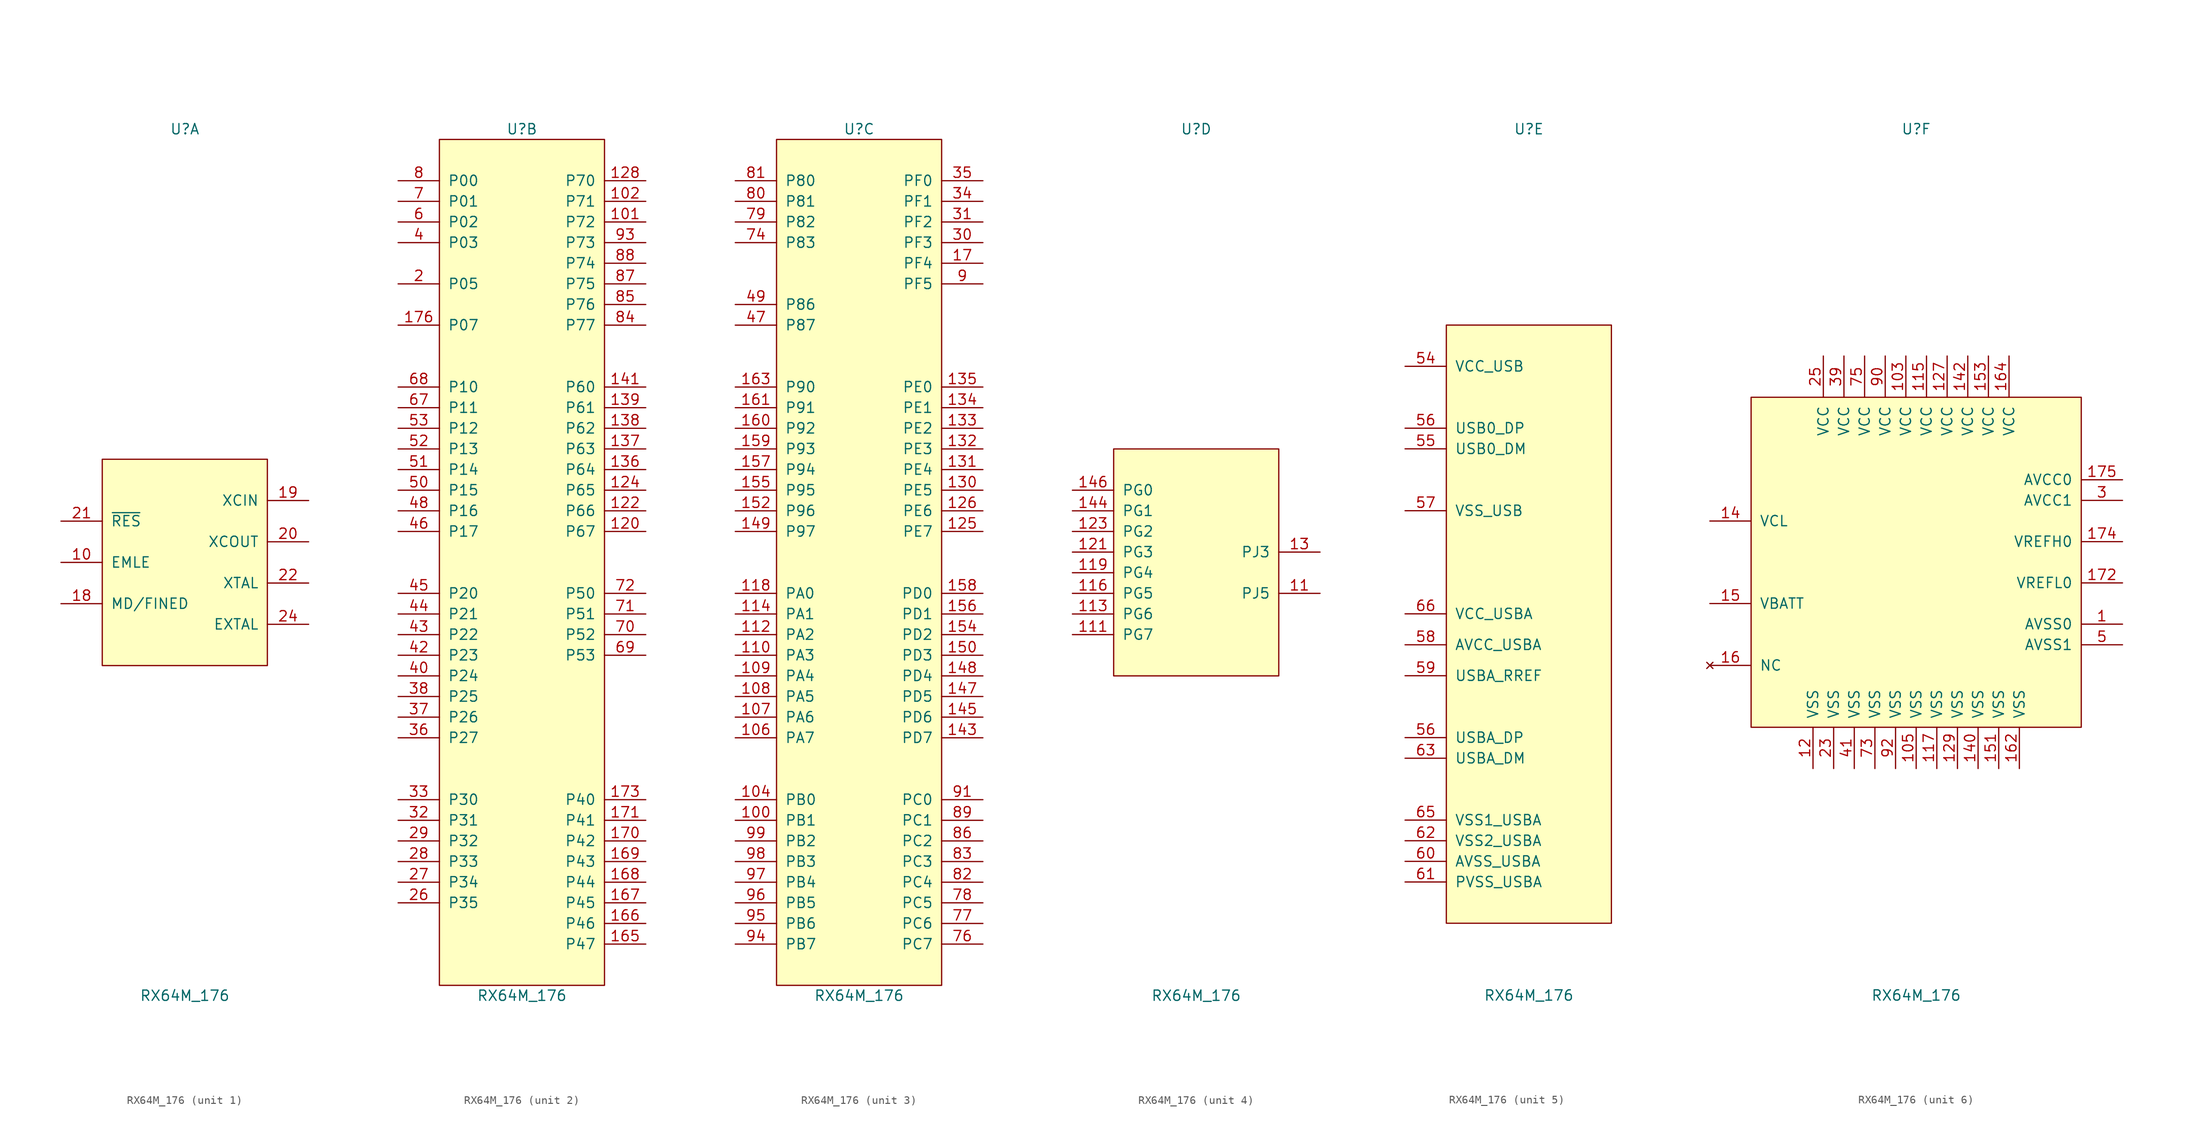
<source format=kicad_sym>
(kicad_symbol_lib
  (version 20211014)
  (generator kicad_symbol_editor)
  (symbol "RX64M_176"
    (pin_names
      (offset 1.016))
    (property "Reference" "U"
      (at 0 53.34 0)
      (effects (font (size 1.27 1.27))))
    (property "Value" "RX64M_176"
      (at 0 -53.34 0)
      (effects (font (size 1.27 1.27))))
    (property "ki_locked" ""
      (at 0 0 0)
      (effects (font (size 1.27 1.27))))
    (symbol "RX64M_176_1_1"
      (rectangle (start -10.16 12.7) (end 10.16 -12.7) (stroke (width 0) (type default) (color 0 0 0 0)) (fill (type background)))
      (pin bidirectional line (at -15.24 0 0) (length 5.08) (name "EMLE" (effects (font (size 1.27 1.27)))) (number "10" (effects (font (size 1.27 1.27)))))
      (pin bidirectional line (at -15.24 -5.08 0) (length 5.08) (name "MD/FINED" (effects (font (size 1.27 1.27)))) (number "18" (effects (font (size 1.27 1.27)))))
      (pin passive line (at 15.24 7.62 180) (length 5.08) (name "XCIN" (effects (font (size 1.27 1.27)))) (number "19" (effects (font (size 1.27 1.27)))))
      (pin passive line (at 15.24 2.54 180) (length 5.08) (name "XCOUT" (effects (font (size 1.27 1.27)))) (number "20" (effects (font (size 1.27 1.27)))))
      (pin input line (at -15.24 5.08 0) (length 5.08) (name "~{RES}" (effects (font (size 1.27 1.27)))) (number "21" (effects (font (size 1.27 1.27)))))
      (pin passive line (at 15.24 -2.54 180) (length 5.08) (name "XTAL" (effects (font (size 1.27 1.27)))) (number "22" (effects (font (size 1.27 1.27)))))
      (pin passive line (at 15.24 -7.62 180) (length 5.08) (name "EXTAL" (effects (font (size 1.27 1.27)))) (number "24" (effects (font (size 1.27 1.27))))))
    (symbol "RX64M_176_2_1"
      (rectangle (start -10.16 52.07) (end 10.16 -52.07) (stroke (width 0) (type default) (color 0 0 0 0)) (fill (type background)))
      (pin bidirectional line (at 15.24 41.91 180) (length 5.08) (name "P72" (effects (font (size 1.27 1.27)))) (number "101" (effects (font (size 1.27 1.27)))))
      (pin bidirectional line (at 15.24 44.45 180) (length 5.08) (name "P71" (effects (font (size 1.27 1.27)))) (number "102" (effects (font (size 1.27 1.27)))))
      (pin bidirectional line (at 15.24 3.81 180) (length 5.08) (name "P67" (effects (font (size 1.27 1.27)))) (number "120" (effects (font (size 1.27 1.27)))))
      (pin bidirectional line (at 15.24 6.35 180) (length 5.08) (name "P66" (effects (font (size 1.27 1.27)))) (number "122" (effects (font (size 1.27 1.27)))))
      (pin bidirectional line (at 15.24 8.89 180) (length 5.08) (name "P65" (effects (font (size 1.27 1.27)))) (number "124" (effects (font (size 1.27 1.27)))))
      (pin bidirectional line (at 15.24 46.99 180) (length 5.08) (name "P70" (effects (font (size 1.27 1.27)))) (number "128" (effects (font (size 1.27 1.27)))))
      (pin bidirectional line (at 15.24 11.43 180) (length 5.08) (name "P64" (effects (font (size 1.27 1.27)))) (number "136" (effects (font (size 1.27 1.27)))))
      (pin bidirectional line (at 15.24 13.97 180) (length 5.08) (name "P63" (effects (font (size 1.27 1.27)))) (number "137" (effects (font (size 1.27 1.27)))))
      (pin bidirectional line (at 15.24 16.51 180) (length 5.08) (name "P62" (effects (font (size 1.27 1.27)))) (number "138" (effects (font (size 1.27 1.27)))))
      (pin bidirectional line (at 15.24 19.05 180) (length 5.08) (name "P61" (effects (font (size 1.27 1.27)))) (number "139" (effects (font (size 1.27 1.27)))))
      (pin bidirectional line (at 15.24 21.59 180) (length 5.08) (name "P60" (effects (font (size 1.27 1.27)))) (number "141" (effects (font (size 1.27 1.27)))))
      (pin bidirectional line (at 15.24 -46.99 180) (length 5.08) (name "P47" (effects (font (size 1.27 1.27)))) (number "165" (effects (font (size 1.27 1.27)))))
      (pin bidirectional line (at 15.24 -44.45 180) (length 5.08) (name "P46" (effects (font (size 1.27 1.27)))) (number "166" (effects (font (size 1.27 1.27)))))
      (pin bidirectional line (at 15.24 -41.91 180) (length 5.08) (name "P45" (effects (font (size 1.27 1.27)))) (number "167" (effects (font (size 1.27 1.27)))))
      (pin bidirectional line (at 15.24 -39.37 180) (length 5.08) (name "P44" (effects (font (size 1.27 1.27)))) (number "168" (effects (font (size 1.27 1.27)))))
      (pin bidirectional line (at 15.24 -36.83 180) (length 5.08) (name "P43" (effects (font (size 1.27 1.27)))) (number "169" (effects (font (size 1.27 1.27)))))
      (pin bidirectional line (at 15.24 -34.29 180) (length 5.08) (name "P42" (effects (font (size 1.27 1.27)))) (number "170" (effects (font (size 1.27 1.27)))))
      (pin bidirectional line (at 15.24 -31.75 180) (length 5.08) (name "P41" (effects (font (size 1.27 1.27)))) (number "171" (effects (font (size 1.27 1.27)))))
      (pin bidirectional line (at 15.24 -29.21 180) (length 5.08) (name "P40" (effects (font (size 1.27 1.27)))) (number "173" (effects (font (size 1.27 1.27)))))
      (pin bidirectional line (at -15.24 29.21 0) (length 5.08) (name "P07" (effects (font (size 1.27 1.27)))) (number "176" (effects (font (size 1.27 1.27)))))
      (pin bidirectional line (at -15.24 34.29 0) (length 5.08) (name "P05" (effects (font (size 1.27 1.27)))) (number "2" (effects (font (size 1.27 1.27)))))
      (pin bidirectional line (at -15.24 -41.91 0) (length 5.08) (name "P35" (effects (font (size 1.27 1.27)))) (number "26" (effects (font (size 1.27 1.27)))))
      (pin bidirectional line (at -15.24 -39.37 0) (length 5.08) (name "P34" (effects (font (size 1.27 1.27)))) (number "27" (effects (font (size 1.27 1.27)))))
      (pin bidirectional line (at -15.24 -36.83 0) (length 5.08) (name "P33" (effects (font (size 1.27 1.27)))) (number "28" (effects (font (size 1.27 1.27)))))
      (pin bidirectional line (at -15.24 -34.29 0) (length 5.08) (name "P32" (effects (font (size 1.27 1.27)))) (number "29" (effects (font (size 1.27 1.27)))))
      (pin bidirectional line (at -15.24 -31.75 0) (length 5.08) (name "P31" (effects (font (size 1.27 1.27)))) (number "32" (effects (font (size 1.27 1.27)))))
      (pin bidirectional line (at -15.24 -29.21 0) (length 5.08) (name "P30" (effects (font (size 1.27 1.27)))) (number "33" (effects (font (size 1.27 1.27)))))
      (pin bidirectional line (at -15.24 -21.59 0) (length 5.08) (name "P27" (effects (font (size 1.27 1.27)))) (number "36" (effects (font (size 1.27 1.27)))))
      (pin bidirectional line (at -15.24 -19.05 0) (length 5.08) (name "P26" (effects (font (size 1.27 1.27)))) (number "37" (effects (font (size 1.27 1.27)))))
      (pin bidirectional line (at -15.24 -16.51 0) (length 5.08) (name "P25" (effects (font (size 1.27 1.27)))) (number "38" (effects (font (size 1.27 1.27)))))
      (pin bidirectional line (at -15.24 39.37 0) (length 5.08) (name "P03" (effects (font (size 1.27 1.27)))) (number "4" (effects (font (size 1.27 1.27)))))
      (pin bidirectional line (at -15.24 -13.97 0) (length 5.08) (name "P24" (effects (font (size 1.27 1.27)))) (number "40" (effects (font (size 1.27 1.27)))))
      (pin bidirectional line (at -15.24 -11.43 0) (length 5.08) (name "P23" (effects (font (size 1.27 1.27)))) (number "42" (effects (font (size 1.27 1.27)))))
      (pin bidirectional line (at -15.24 -8.89 0) (length 5.08) (name "P22" (effects (font (size 1.27 1.27)))) (number "43" (effects (font (size 1.27 1.27)))))
      (pin bidirectional line (at -15.24 -6.35 0) (length 5.08) (name "P21" (effects (font (size 1.27 1.27)))) (number "44" (effects (font (size 1.27 1.27)))))
      (pin bidirectional line (at -15.24 -3.81 0) (length 5.08) (name "P20" (effects (font (size 1.27 1.27)))) (number "45" (effects (font (size 1.27 1.27)))))
      (pin bidirectional line (at -15.24 3.81 0) (length 5.08) (name "P17" (effects (font (size 1.27 1.27)))) (number "46" (effects (font (size 1.27 1.27)))))
      (pin bidirectional line (at -15.24 6.35 0) (length 5.08) (name "P16" (effects (font (size 1.27 1.27)))) (number "48" (effects (font (size 1.27 1.27)))))
      (pin bidirectional line (at -15.24 8.89 0) (length 5.08) (name "P15" (effects (font (size 1.27 1.27)))) (number "50" (effects (font (size 1.27 1.27)))))
      (pin bidirectional line (at -15.24 11.43 0) (length 5.08) (name "P14" (effects (font (size 1.27 1.27)))) (number "51" (effects (font (size 1.27 1.27)))))
      (pin bidirectional line (at -15.24 13.97 0) (length 5.08) (name "P13" (effects (font (size 1.27 1.27)))) (number "52" (effects (font (size 1.27 1.27)))))
      (pin bidirectional line (at -15.24 16.51 0) (length 5.08) (name "P12" (effects (font (size 1.27 1.27)))) (number "53" (effects (font (size 1.27 1.27)))))
      (pin bidirectional line (at -15.24 41.91 0) (length 5.08) (name "P02" (effects (font (size 1.27 1.27)))) (number "6" (effects (font (size 1.27 1.27)))))
      (pin bidirectional line (at -15.24 19.05 0) (length 5.08) (name "P11" (effects (font (size 1.27 1.27)))) (number "67" (effects (font (size 1.27 1.27)))))
      (pin bidirectional line (at -15.24 21.59 0) (length 5.08) (name "P10" (effects (font (size 1.27 1.27)))) (number "68" (effects (font (size 1.27 1.27)))))
      (pin bidirectional line (at 15.24 -11.43 180) (length 5.08) (name "P53" (effects (font (size 1.27 1.27)))) (number "69" (effects (font (size 1.27 1.27)))))
      (pin bidirectional line (at -15.24 44.45 0) (length 5.08) (name "P01" (effects (font (size 1.27 1.27)))) (number "7" (effects (font (size 1.27 1.27)))))
      (pin bidirectional line (at 15.24 -8.89 180) (length 5.08) (name "P52" (effects (font (size 1.27 1.27)))) (number "70" (effects (font (size 1.27 1.27)))))
      (pin bidirectional line (at 15.24 -6.35 180) (length 5.08) (name "P51" (effects (font (size 1.27 1.27)))) (number "71" (effects (font (size 1.27 1.27)))))
      (pin bidirectional line (at 15.24 -3.81 180) (length 5.08) (name "P50" (effects (font (size 1.27 1.27)))) (number "72" (effects (font (size 1.27 1.27)))))
      (pin bidirectional line (at -15.24 46.99 0) (length 5.08) (name "P00" (effects (font (size 1.27 1.27)))) (number "8" (effects (font (size 1.27 1.27)))))
      (pin bidirectional line (at 15.24 29.21 180) (length 5.08) (name "P77" (effects (font (size 1.27 1.27)))) (number "84" (effects (font (size 1.27 1.27)))))
      (pin bidirectional line (at 15.24 31.75 180) (length 5.08) (name "P76" (effects (font (size 1.27 1.27)))) (number "85" (effects (font (size 1.27 1.27)))))
      (pin bidirectional line (at 15.24 34.29 180) (length 5.08) (name "P75" (effects (font (size 1.27 1.27)))) (number "87" (effects (font (size 1.27 1.27)))))
      (pin bidirectional line (at 15.24 36.83 180) (length 5.08) (name "P74" (effects (font (size 1.27 1.27)))) (number "88" (effects (font (size 1.27 1.27)))))
      (pin bidirectional line (at 15.24 39.37 180) (length 5.08) (name "P73" (effects (font (size 1.27 1.27)))) (number "93" (effects (font (size 1.27 1.27))))))
    (symbol "RX64M_176_3_1"
      (rectangle (start -10.16 52.07) (end 10.16 -52.07) (stroke (width 0) (type default) (color 0 0 0 0)) (fill (type background)))
      (pin bidirectional line (at -15.24 -31.75 0) (length 5.08) (name "PB1" (effects (font (size 1.27 1.27)))) (number "100" (effects (font (size 1.27 1.27)))))
      (pin bidirectional line (at -15.24 -29.21 0) (length 5.08) (name "PB0" (effects (font (size 1.27 1.27)))) (number "104" (effects (font (size 1.27 1.27)))))
      (pin bidirectional line (at -15.24 -21.59 0) (length 5.08) (name "PA7" (effects (font (size 1.27 1.27)))) (number "106" (effects (font (size 1.27 1.27)))))
      (pin bidirectional line (at -15.24 -19.05 0) (length 5.08) (name "PA6" (effects (font (size 1.27 1.27)))) (number "107" (effects (font (size 1.27 1.27)))))
      (pin bidirectional line (at -15.24 -16.51 0) (length 5.08) (name "PA5" (effects (font (size 1.27 1.27)))) (number "108" (effects (font (size 1.27 1.27)))))
      (pin bidirectional line (at -15.24 -13.97 0) (length 5.08) (name "PA4" (effects (font (size 1.27 1.27)))) (number "109" (effects (font (size 1.27 1.27)))))
      (pin bidirectional line (at -15.24 -11.43 0) (length 5.08) (name "PA3" (effects (font (size 1.27 1.27)))) (number "110" (effects (font (size 1.27 1.27)))))
      (pin bidirectional line (at -15.24 -8.89 0) (length 5.08) (name "PA2" (effects (font (size 1.27 1.27)))) (number "112" (effects (font (size 1.27 1.27)))))
      (pin bidirectional line (at -15.24 -6.35 0) (length 5.08) (name "PA1" (effects (font (size 1.27 1.27)))) (number "114" (effects (font (size 1.27 1.27)))))
      (pin bidirectional line (at -15.24 -3.81 0) (length 5.08) (name "PA0" (effects (font (size 1.27 1.27)))) (number "118" (effects (font (size 1.27 1.27)))))
      (pin bidirectional line (at 15.24 3.81 180) (length 5.08) (name "PE7" (effects (font (size 1.27 1.27)))) (number "125" (effects (font (size 1.27 1.27)))))
      (pin bidirectional line (at 15.24 6.35 180) (length 5.08) (name "PE6" (effects (font (size 1.27 1.27)))) (number "126" (effects (font (size 1.27 1.27)))))
      (pin bidirectional line (at 15.24 8.89 180) (length 5.08) (name "PE5" (effects (font (size 1.27 1.27)))) (number "130" (effects (font (size 1.27 1.27)))))
      (pin bidirectional line (at 15.24 11.43 180) (length 5.08) (name "PE4" (effects (font (size 1.27 1.27)))) (number "131" (effects (font (size 1.27 1.27)))))
      (pin bidirectional line (at 15.24 13.97 180) (length 5.08) (name "PE3" (effects (font (size 1.27 1.27)))) (number "132" (effects (font (size 1.27 1.27)))))
      (pin bidirectional line (at 15.24 16.51 180) (length 5.08) (name "PE2" (effects (font (size 1.27 1.27)))) (number "133" (effects (font (size 1.27 1.27)))))
      (pin bidirectional line (at 15.24 19.05 180) (length 5.08) (name "PE1" (effects (font (size 1.27 1.27)))) (number "134" (effects (font (size 1.27 1.27)))))
      (pin bidirectional line (at 15.24 21.59 180) (length 5.08) (name "PE0" (effects (font (size 1.27 1.27)))) (number "135" (effects (font (size 1.27 1.27)))))
      (pin bidirectional line (at 15.24 -21.59 180) (length 5.08) (name "PD7" (effects (font (size 1.27 1.27)))) (number "143" (effects (font (size 1.27 1.27)))))
      (pin bidirectional line (at 15.24 -19.05 180) (length 5.08) (name "PD6" (effects (font (size 1.27 1.27)))) (number "145" (effects (font (size 1.27 1.27)))))
      (pin bidirectional line (at 15.24 -16.51 180) (length 5.08) (name "PD5" (effects (font (size 1.27 1.27)))) (number "147" (effects (font (size 1.27 1.27)))))
      (pin bidirectional line (at 15.24 -13.97 180) (length 5.08) (name "PD4" (effects (font (size 1.27 1.27)))) (number "148" (effects (font (size 1.27 1.27)))))
      (pin bidirectional line (at -15.24 3.81 0) (length 5.08) (name "P97" (effects (font (size 1.27 1.27)))) (number "149" (effects (font (size 1.27 1.27)))))
      (pin bidirectional line (at 15.24 -11.43 180) (length 5.08) (name "PD3" (effects (font (size 1.27 1.27)))) (number "150" (effects (font (size 1.27 1.27)))))
      (pin bidirectional line (at -15.24 6.35 0) (length 5.08) (name "P96" (effects (font (size 1.27 1.27)))) (number "152" (effects (font (size 1.27 1.27)))))
      (pin bidirectional line (at 15.24 -8.89 180) (length 5.08) (name "PD2" (effects (font (size 1.27 1.27)))) (number "154" (effects (font (size 1.27 1.27)))))
      (pin bidirectional line (at -15.24 8.89 0) (length 5.08) (name "P95" (effects (font (size 1.27 1.27)))) (number "155" (effects (font (size 1.27 1.27)))))
      (pin bidirectional line (at 15.24 -6.35 180) (length 5.08) (name "PD1" (effects (font (size 1.27 1.27)))) (number "156" (effects (font (size 1.27 1.27)))))
      (pin bidirectional line (at -15.24 11.43 0) (length 5.08) (name "P94" (effects (font (size 1.27 1.27)))) (number "157" (effects (font (size 1.27 1.27)))))
      (pin bidirectional line (at 15.24 -3.81 180) (length 5.08) (name "PD0" (effects (font (size 1.27 1.27)))) (number "158" (effects (font (size 1.27 1.27)))))
      (pin bidirectional line (at -15.24 13.97 0) (length 5.08) (name "P93" (effects (font (size 1.27 1.27)))) (number "159" (effects (font (size 1.27 1.27)))))
      (pin bidirectional line (at -15.24 16.51 0) (length 5.08) (name "P92" (effects (font (size 1.27 1.27)))) (number "160" (effects (font (size 1.27 1.27)))))
      (pin bidirectional line (at -15.24 19.05 0) (length 5.08) (name "P91" (effects (font (size 1.27 1.27)))) (number "161" (effects (font (size 1.27 1.27)))))
      (pin bidirectional line (at -15.24 21.59 0) (length 5.08) (name "P90" (effects (font (size 1.27 1.27)))) (number "163" (effects (font (size 1.27 1.27)))))
      (pin bidirectional line (at 15.24 36.83 180) (length 5.08) (name "PF4" (effects (font (size 1.27 1.27)))) (number "17" (effects (font (size 1.27 1.27)))))
      (pin bidirectional line (at 15.24 39.37 180) (length 5.08) (name "PF3" (effects (font (size 1.27 1.27)))) (number "30" (effects (font (size 1.27 1.27)))))
      (pin bidirectional line (at 15.24 41.91 180) (length 5.08) (name "PF2" (effects (font (size 1.27 1.27)))) (number "31" (effects (font (size 1.27 1.27)))))
      (pin bidirectional line (at 15.24 44.45 180) (length 5.08) (name "PF1" (effects (font (size 1.27 1.27)))) (number "34" (effects (font (size 1.27 1.27)))))
      (pin bidirectional line (at 15.24 46.99 180) (length 5.08) (name "PF0" (effects (font (size 1.27 1.27)))) (number "35" (effects (font (size 1.27 1.27)))))
      (pin bidirectional line (at -15.24 29.21 0) (length 5.08) (name "P87" (effects (font (size 1.27 1.27)))) (number "47" (effects (font (size 1.27 1.27)))))
      (pin bidirectional line (at -15.24 31.75 0) (length 5.08) (name "P86" (effects (font (size 1.27 1.27)))) (number "49" (effects (font (size 1.27 1.27)))))
      (pin bidirectional line (at -15.24 39.37 0) (length 5.08) (name "P83" (effects (font (size 1.27 1.27)))) (number "74" (effects (font (size 1.27 1.27)))))
      (pin bidirectional line (at 15.24 -46.99 180) (length 5.08) (name "PC7" (effects (font (size 1.27 1.27)))) (number "76" (effects (font (size 1.27 1.27)))))
      (pin bidirectional line (at 15.24 -44.45 180) (length 5.08) (name "PC6" (effects (font (size 1.27 1.27)))) (number "77" (effects (font (size 1.27 1.27)))))
      (pin bidirectional line (at 15.24 -41.91 180) (length 5.08) (name "PC5" (effects (font (size 1.27 1.27)))) (number "78" (effects (font (size 1.27 1.27)))))
      (pin bidirectional line (at -15.24 41.91 0) (length 5.08) (name "P82" (effects (font (size 1.27 1.27)))) (number "79" (effects (font (size 1.27 1.27)))))
      (pin bidirectional line (at -15.24 44.45 0) (length 5.08) (name "P81" (effects (font (size 1.27 1.27)))) (number "80" (effects (font (size 1.27 1.27)))))
      (pin bidirectional line (at -15.24 46.99 0) (length 5.08) (name "P80" (effects (font (size 1.27 1.27)))) (number "81" (effects (font (size 1.27 1.27)))))
      (pin bidirectional line (at 15.24 -39.37 180) (length 5.08) (name "PC4" (effects (font (size 1.27 1.27)))) (number "82" (effects (font (size 1.27 1.27)))))
      (pin bidirectional line (at 15.24 -36.83 180) (length 5.08) (name "PC3" (effects (font (size 1.27 1.27)))) (number "83" (effects (font (size 1.27 1.27)))))
      (pin bidirectional line (at 15.24 -34.29 180) (length 5.08) (name "PC2" (effects (font (size 1.27 1.27)))) (number "86" (effects (font (size 1.27 1.27)))))
      (pin bidirectional line (at 15.24 -31.75 180) (length 5.08) (name "PC1" (effects (font (size 1.27 1.27)))) (number "89" (effects (font (size 1.27 1.27)))))
      (pin bidirectional line (at 15.24 34.29 180) (length 5.08) (name "PF5" (effects (font (size 1.27 1.27)))) (number "9" (effects (font (size 1.27 1.27)))))
      (pin bidirectional line (at 15.24 -29.21 180) (length 5.08) (name "PC0" (effects (font (size 1.27 1.27)))) (number "91" (effects (font (size 1.27 1.27)))))
      (pin bidirectional line (at -15.24 -46.99 0) (length 5.08) (name "PB7" (effects (font (size 1.27 1.27)))) (number "94" (effects (font (size 1.27 1.27)))))
      (pin bidirectional line (at -15.24 -44.45 0) (length 5.08) (name "PB6" (effects (font (size 1.27 1.27)))) (number "95" (effects (font (size 1.27 1.27)))))
      (pin bidirectional line (at -15.24 -41.91 0) (length 5.08) (name "PB5" (effects (font (size 1.27 1.27)))) (number "96" (effects (font (size 1.27 1.27)))))
      (pin bidirectional line (at -15.24 -39.37 0) (length 5.08) (name "PB4" (effects (font (size 1.27 1.27)))) (number "97" (effects (font (size 1.27 1.27)))))
      (pin bidirectional line (at -15.24 -36.83 0) (length 5.08) (name "PB3" (effects (font (size 1.27 1.27)))) (number "98" (effects (font (size 1.27 1.27)))))
      (pin bidirectional line (at -15.24 -34.29 0) (length 5.08) (name "PB2" (effects (font (size 1.27 1.27)))) (number "99" (effects (font (size 1.27 1.27))))))
    (symbol "RX64M_176_4_1"
      (rectangle (start -10.16 13.97) (end 10.16 -13.97) (stroke (width 0) (type default) (color 0 0 0 0)) (fill (type background)))
      (pin bidirectional line (at 15.24 -3.81 180) (length 5.08) (name "PJ5" (effects (font (size 1.27 1.27)))) (number "11" (effects (font (size 1.27 1.27)))))
      (pin bidirectional line (at -15.24 -8.89 0) (length 5.08) (name "PG7" (effects (font (size 1.27 1.27)))) (number "111" (effects (font (size 1.27 1.27)))))
      (pin bidirectional line (at -15.24 -6.35 0) (length 5.08) (name "PG6" (effects (font (size 1.27 1.27)))) (number "113" (effects (font (size 1.27 1.27)))))
      (pin bidirectional line (at -15.24 -3.81 0) (length 5.08) (name "PG5" (effects (font (size 1.27 1.27)))) (number "116" (effects (font (size 1.27 1.27)))))
      (pin bidirectional line (at -15.24 -1.27 0) (length 5.08) (name "PG4" (effects (font (size 1.27 1.27)))) (number "119" (effects (font (size 1.27 1.27)))))
      (pin bidirectional line (at -15.24 1.27 0) (length 5.08) (name "PG3" (effects (font (size 1.27 1.27)))) (number "121" (effects (font (size 1.27 1.27)))))
      (pin bidirectional line (at -15.24 3.81 0) (length 5.08) (name "PG2" (effects (font (size 1.27 1.27)))) (number "123" (effects (font (size 1.27 1.27)))))
      (pin bidirectional line (at 15.24 1.27 180) (length 5.08) (name "PJ3" (effects (font (size 1.27 1.27)))) (number "13" (effects (font (size 1.27 1.27)))))
      (pin bidirectional line (at -15.24 6.35 0) (length 5.08) (name "PG1" (effects (font (size 1.27 1.27)))) (number "144" (effects (font (size 1.27 1.27)))))
      (pin bidirectional line (at -15.24 8.89 0) (length 5.08) (name "PG0" (effects (font (size 1.27 1.27)))) (number "146" (effects (font (size 1.27 1.27))))))
    (symbol "RX64M_176_5_1"
      (rectangle (start -10.16 29.21) (end 10.16 -44.45) (stroke (width 0) (type default) (color 0 0 0 0)) (fill (type background)))
      (pin input line (at -15.24 24.13 0) (length 5.08) (name "VCC_USB" (effects (font (size 1.27 1.27)))) (number "54" (effects (font (size 1.27 1.27)))))
      (pin input line (at -15.24 13.97 0) (length 5.08) (name "USB0_DM" (effects (font (size 1.27 1.27)))) (number "55" (effects (font (size 1.27 1.27)))))
      (pin input line (at -15.24 16.51 0) (length 5.08) (name "USB0_DP" (effects (font (size 1.27 1.27)))) (number "56" (effects (font (size 1.27 1.27)))))
      (pin input line (at -15.24 -21.59 0) (length 5.08) (name "USBA_DP" (effects (font (size 1.27 1.27)))) (number "56" (effects (font (size 1.27 1.27)))))
      (pin input line (at -15.24 6.35 0) (length 5.08) (name "VSS_USB" (effects (font (size 1.27 1.27)))) (number "57" (effects (font (size 1.27 1.27)))))
      (pin input line (at -15.24 -10.16 0) (length 5.08) (name "AVCC_USBA" (effects (font (size 1.27 1.27)))) (number "58" (effects (font (size 1.27 1.27)))))
      (pin input line (at -15.24 -13.97 0) (length 5.08) (name "USBA_RREF" (effects (font (size 1.27 1.27)))) (number "59" (effects (font (size 1.27 1.27)))))
      (pin input line (at -15.24 -36.83 0) (length 5.08) (name "AVSS_USBA" (effects (font (size 1.27 1.27)))) (number "60" (effects (font (size 1.27 1.27)))))
      (pin input line (at -15.24 -39.37 0) (length 5.08) (name "PVSS_USBA" (effects (font (size 1.27 1.27)))) (number "61" (effects (font (size 1.27 1.27)))))
      (pin input line (at -15.24 -34.29 0) (length 5.08) (name "VSS2_USBA" (effects (font (size 1.27 1.27)))) (number "62" (effects (font (size 1.27 1.27)))))
      (pin input line (at -15.24 -24.13 0) (length 5.08) (name "USBA_DM" (effects (font (size 1.27 1.27)))) (number "63" (effects (font (size 1.27 1.27)))))
      (pin input line (at -15.24 -31.75 0) (length 5.08) (name "VSS1_USBA" (effects (font (size 1.27 1.27)))) (number "65" (effects (font (size 1.27 1.27)))))
      (pin input line (at -15.24 -6.35 0) (length 5.08) (name "VCC_USBA" (effects (font (size 1.27 1.27)))) (number "66" (effects (font (size 1.27 1.27))))))
    (symbol "RX64M_176_6_1"
      (rectangle (start -20.32 20.32) (end 20.32 -20.32) (stroke (width 0) (type default) (color 0 0 0 0)) (fill (type background)))
      (pin input line (at 25.4 -7.62 180) (length 5.08) (name "AVSS0" (effects (font (size 1.27 1.27)))) (number "1" (effects (font (size 1.27 1.27)))))
      (pin power_in line (at -1.27 25.4 270) (length 5.08) (name "VCC" (effects (font (size 1.27 1.27)))) (number "103" (effects (font (size 1.27 1.27)))))
      (pin power_in line (at 0 -25.4 90) (length 5.08) (name "VSS" (effects (font (size 1.27 1.27)))) (number "105" (effects (font (size 1.27 1.27)))))
      (pin power_in line (at 1.27 25.4 270) (length 5.08) (name "VCC" (effects (font (size 1.27 1.27)))) (number "115" (effects (font (size 1.27 1.27)))))
      (pin power_in line (at 2.54 -25.4 90) (length 5.08) (name "VSS" (effects (font (size 1.27 1.27)))) (number "117" (effects (font (size 1.27 1.27)))))
      (pin power_in line (at -12.7 -25.4 90) (length 5.08) (name "VSS" (effects (font (size 1.27 1.27)))) (number "12" (effects (font (size 1.27 1.27)))))
      (pin power_in line (at 3.81 25.4 270) (length 5.08) (name "VCC" (effects (font (size 1.27 1.27)))) (number "127" (effects (font (size 1.27 1.27)))))
      (pin power_in line (at 5.08 -25.4 90) (length 5.08) (name "VSS" (effects (font (size 1.27 1.27)))) (number "129" (effects (font (size 1.27 1.27)))))
      (pin input line (at -25.4 5.08 0) (length 5.08) (name "VCL" (effects (font (size 1.27 1.27)))) (number "14" (effects (font (size 1.27 1.27)))))
      (pin power_in line (at 7.62 -25.4 90) (length 5.08) (name "VSS" (effects (font (size 1.27 1.27)))) (number "140" (effects (font (size 1.27 1.27)))))
      (pin power_in line (at 6.35 25.4 270) (length 5.08) (name "VCC" (effects (font (size 1.27 1.27)))) (number "142" (effects (font (size 1.27 1.27)))))
      (pin input line (at -25.4 -5.08 0) (length 5.08) (name "VBATT" (effects (font (size 1.27 1.27)))) (number "15" (effects (font (size 1.27 1.27)))))
      (pin power_in line (at 10.16 -25.4 90) (length 5.08) (name "VSS" (effects (font (size 1.27 1.27)))) (number "151" (effects (font (size 1.27 1.27)))))
      (pin power_in line (at 8.89 25.4 270) (length 5.08) (name "VCC" (effects (font (size 1.27 1.27)))) (number "153" (effects (font (size 1.27 1.27)))))
      (pin no_connect line (at -25.4 -12.7 0) (length 5.08) (name "NC" (effects (font (size 1.27 1.27)))) (number "16" (effects (font (size 1.27 1.27)))))
      (pin power_in line (at 12.7 -25.4 90) (length 5.08) (name "VSS" (effects (font (size 1.27 1.27)))) (number "162" (effects (font (size 1.27 1.27)))))
      (pin power_in line (at 11.43 25.4 270) (length 5.08) (name "VCC" (effects (font (size 1.27 1.27)))) (number "164" (effects (font (size 1.27 1.27)))))
      (pin input line (at 25.4 -2.54 180) (length 5.08) (name "VREFL0" (effects (font (size 1.27 1.27)))) (number "172" (effects (font (size 1.27 1.27)))))
      (pin input line (at 25.4 2.54 180) (length 5.08) (name "VREFH0" (effects (font (size 1.27 1.27)))) (number "174" (effects (font (size 1.27 1.27)))))
      (pin input line (at 25.4 10.16 180) (length 5.08) (name "AVCC0" (effects (font (size 1.27 1.27)))) (number "175" (effects (font (size 1.27 1.27)))))
      (pin power_in line (at -10.16 -25.4 90) (length 5.08) (name "VSS" (effects (font (size 1.27 1.27)))) (number "23" (effects (font (size 1.27 1.27)))))
      (pin power_in line (at -11.43 25.4 270) (length 5.08) (name "VCC" (effects (font (size 1.27 1.27)))) (number "25" (effects (font (size 1.27 1.27)))))
      (pin input line (at 25.4 7.62 180) (length 5.08) (name "AVCC1" (effects (font (size 1.27 1.27)))) (number "3" (effects (font (size 1.27 1.27)))))
      (pin power_in line (at -8.89 25.4 270) (length 5.08) (name "VCC" (effects (font (size 1.27 1.27)))) (number "39" (effects (font (size 1.27 1.27)))))
      (pin power_in line (at -7.62 -25.4 90) (length 5.08) (name "VSS" (effects (font (size 1.27 1.27)))) (number "41" (effects (font (size 1.27 1.27)))))
      (pin input line (at 25.4 -10.16 180) (length 5.08) (name "AVSS1" (effects (font (size 1.27 1.27)))) (number "5" (effects (font (size 1.27 1.27)))))
      (pin power_in line (at -5.08 -25.4 90) (length 5.08) (name "VSS" (effects (font (size 1.27 1.27)))) (number "73" (effects (font (size 1.27 1.27)))))
      (pin power_in line (at -6.35 25.4 270) (length 5.08) (name "VCC" (effects (font (size 1.27 1.27)))) (number "75" (effects (font (size 1.27 1.27)))))
      (pin power_in line (at -3.81 25.4 270) (length 5.08) (name "VCC" (effects (font (size 1.27 1.27)))) (number "90" (effects (font (size 1.27 1.27)))))
      (pin power_in line (at -2.54 -25.4 90) (length 5.08) (name "VSS" (effects (font (size 1.27 1.27)))) (number "92" (effects (font (size 1.27 1.27))))))))
</source>
